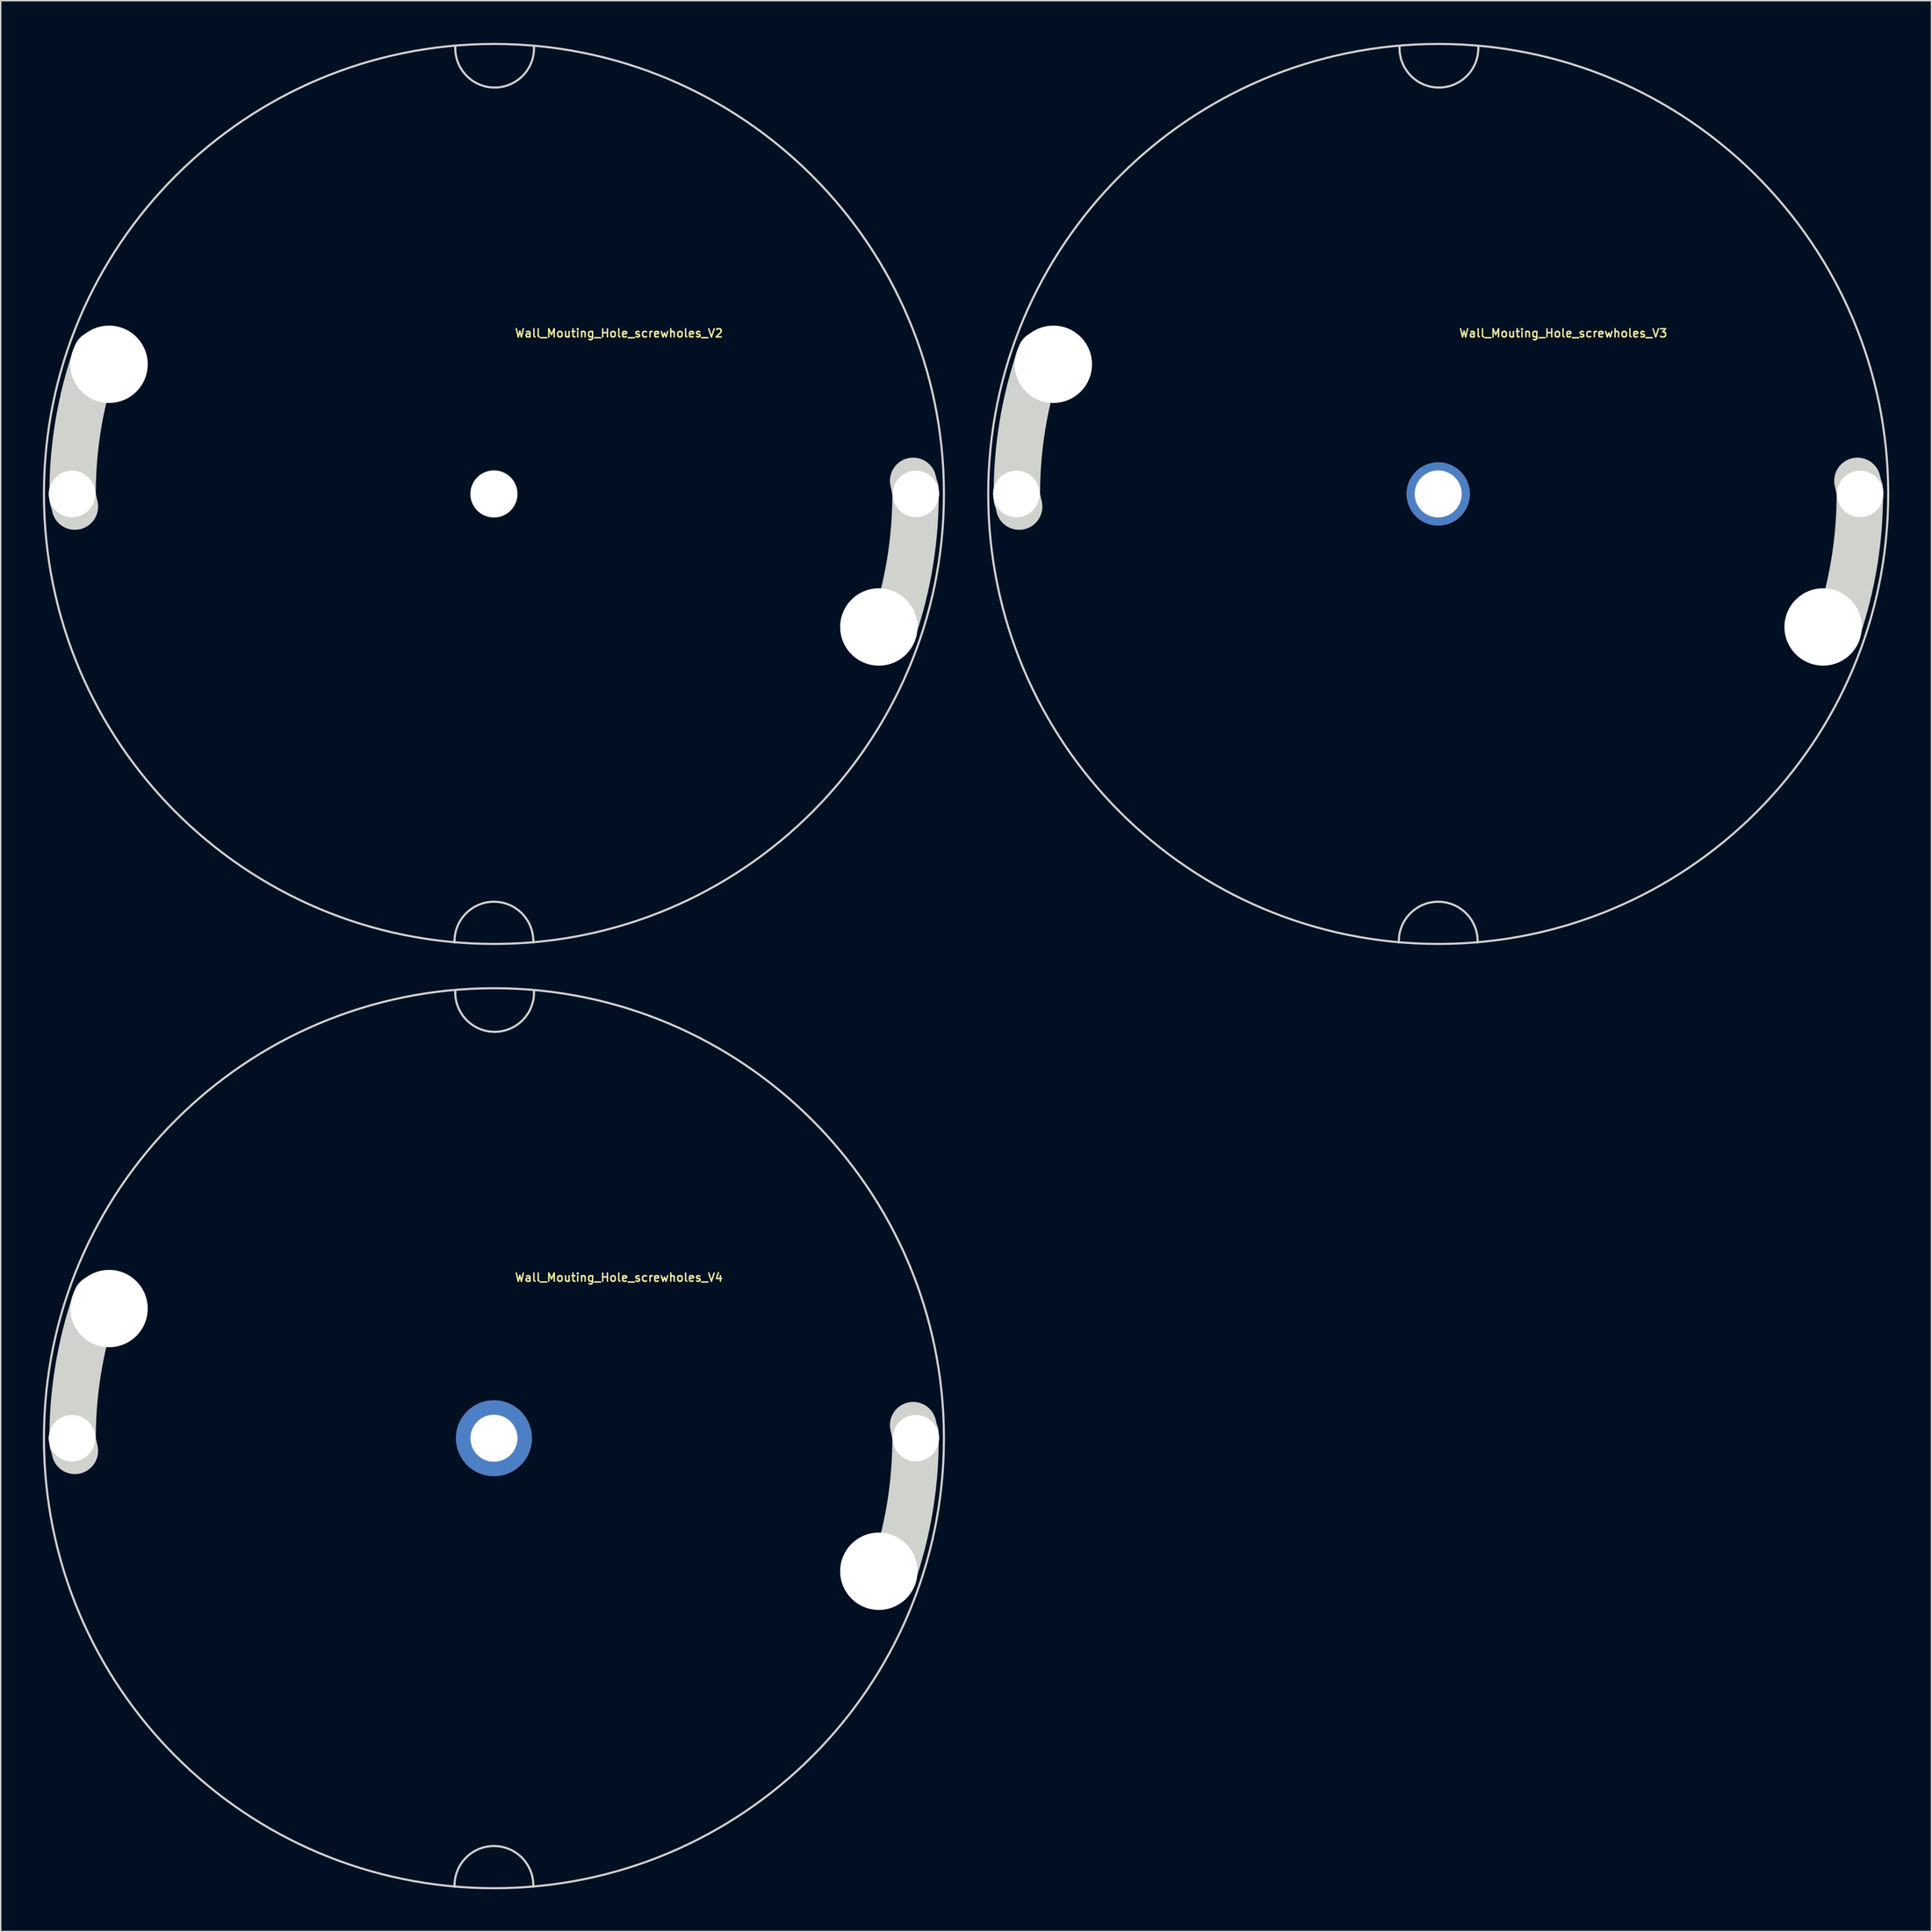
<source format=kicad_pcb>
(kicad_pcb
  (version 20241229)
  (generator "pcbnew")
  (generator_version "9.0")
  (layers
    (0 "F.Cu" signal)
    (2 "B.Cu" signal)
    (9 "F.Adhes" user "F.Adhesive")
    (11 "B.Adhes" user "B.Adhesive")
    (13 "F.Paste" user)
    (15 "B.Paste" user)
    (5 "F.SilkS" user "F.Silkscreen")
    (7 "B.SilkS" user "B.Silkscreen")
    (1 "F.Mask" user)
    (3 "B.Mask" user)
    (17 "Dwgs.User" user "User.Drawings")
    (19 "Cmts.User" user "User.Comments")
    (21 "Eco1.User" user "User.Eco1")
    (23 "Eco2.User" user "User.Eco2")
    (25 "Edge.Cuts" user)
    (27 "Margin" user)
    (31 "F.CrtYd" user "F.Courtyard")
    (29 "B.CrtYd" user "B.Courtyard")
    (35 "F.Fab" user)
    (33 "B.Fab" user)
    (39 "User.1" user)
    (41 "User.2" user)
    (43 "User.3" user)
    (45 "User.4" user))
  (footprint "Wall_Mouting_Hole_screwholes_V4"
    (layer "F.Cu")
    (at 32.075 99.225)
    (property "Reference" "Wall_Mouting_Hole_screwholes_V4" (at 8.89 -11.43 0) (layer "F.SilkS") (effects (font (size 0.584 0.584) (thickness 0.102))))
    (attr through_hole)
    (fp_line (start -1.557 -1.595) (end 1.6 1.458) (stroke (width 2) (type solid)) (layer "B.Mask"))
    (fp_line (start 1.976 1.935) (end -2.151 -2.169) (stroke (width 2) (type solid)) (layer "B.Mask"))
    (fp_line (start 1.976 1.935) (end -2.151 -2.169) (stroke (width 2) (type solid)) (layer "B.Paste"))
    (fp_line (start -30 0) (end -29.8 0.9) (stroke (width 3.3) (type solid)) (layer "Edge.Cuts"))
    (fp_line (start -2.8 31.8) (end -2.8 31.9) (stroke (width 0.15) (type solid)) (layer "Edge.Cuts"))
    (fp_line (start -2.75 -31.7) (end -2.75 -31.8) (stroke (width 0.15) (type solid)) (layer "Edge.Cuts"))
    (fp_line (start 2.8 31.9) (end 2.8 31.8) (stroke (width 0.15) (type solid)) (layer "Edge.Cuts"))
    (fp_line (start 2.85 -31.7) (end 2.85 -31.8) (stroke (width 0.15) (type solid)) (layer "Edge.Cuts"))
    (fp_line (start 30.01 -0.03) (end 29.81 -0.93) (stroke (width 3.3) (type solid)) (layer "Edge.Cuts"))
    (fp_arc (start -29.96 0.33) (mid -29.565161 -4.883026) (end -28.271089 -9.948292) (stroke (width 3.3) (type solid)) (layer "Edge.Cuts"))
    (fp_arc (start -2.8 31.8) (mid -1.979899 29.820101) (end 0 29) (stroke (width 0.15) (type solid)) (layer "Edge.Cuts"))
    (fp_arc (start 0 29) (mid 1.979899 29.820101) (end 2.8 31.8) (stroke (width 0.15) (type solid)) (layer "Edge.Cuts"))
    (fp_arc (start 0.05 -28.9) (mid -1.929899 -29.720101) (end -2.75 -31.7) (stroke (width 0.15) (type solid)) (layer "Edge.Cuts"))
    (fp_arc (start 2.85 -31.7) (mid 2.029899 -29.720101) (end 0.05 -28.9) (stroke (width 0.15) (type solid)) (layer "Edge.Cuts"))
    (fp_arc (start 29.98 -0.32) (mid 29.585161 4.893026) (end 28.291089 9.958292) (stroke (width 3.3) (type solid)) (layer "Edge.Cuts"))
    (fp_circle (center 0 0) (end 1.6 0.14) (stroke (width 0.15) (type solid)) (fill no) (layer "Edge.Cuts"))
    (fp_circle (center 0 0) (end 32 0) (stroke (width 0.15) (type solid)) (fill no) (layer "Edge.Cuts"))
    (pad "" np_thru_hole circle (at -30 0 180) (size 3.3 3.3) (drill 3.3) (layers "*.Cu" "*.Mask"))
    (pad "" np_thru_hole circle (at -30 0) (size 3.3 3.3) (drill 3.3) (layers "*.Cu" "*.Mask"))
    (pad "" np_thru_hole circle (at -27.37 -9.22 180) (size 5.5 5.5) (drill 5.5) (layers "*.Cu" "*.Mask"))
    (pad "" np_thru_hole circle (at 0 0) (size 5.4 5.4) (drill 3.3) (layers "*.Cu" "*.Mask"))
    (pad "" np_thru_hole circle (at 27.37 9.46) (size 5.5 5.5) (drill 5.5) (layers "*.Cu" "*.Mask"))
    (pad "" np_thru_hole circle (at 30 0 180) (size 3.3 3.3) (drill 3.3) (layers "*.Cu" "*.Mask")))
  (footprint "Wall_Mouting_Hole_screwholes_V2"
    (layer "F.Cu")
    (at 32.075 32.075)
    (property "Reference" "Wall_Mouting_Hole_screwholes_V2" (at 8.89 -11.43 0) (layer "F.SilkS") (effects (font (size 0.584 0.584) (thickness 0.102))))
    (attr through_hole)
    (fp_line (start -30 0) (end -29.8 0.9) (stroke (width 3.3) (type solid)) (layer "Edge.Cuts"))
    (fp_line (start -2.8 31.8) (end -2.8 31.9) (stroke (width 0.15) (type solid)) (layer "Edge.Cuts"))
    (fp_line (start -2.75 -31.7) (end -2.75 -31.8) (stroke (width 0.15) (type solid)) (layer "Edge.Cuts"))
    (fp_line (start 2.8 31.9) (end 2.8 31.8) (stroke (width 0.15) (type solid)) (layer "Edge.Cuts"))
    (fp_line (start 2.85 -31.7) (end 2.85 -31.8) (stroke (width 0.15) (type solid)) (layer "Edge.Cuts"))
    (fp_line (start 30.01 -0.03) (end 29.81 -0.93) (stroke (width 3.3) (type solid)) (layer "Edge.Cuts"))
    (fp_arc (start -29.96 0.33) (mid -29.565161 -4.883026) (end -28.271089 -9.948292) (stroke (width 3.3) (type solid)) (layer "Edge.Cuts"))
    (fp_arc (start -2.8 31.8) (mid -1.979899 29.820101) (end 0 29) (stroke (width 0.15) (type solid)) (layer "Edge.Cuts"))
    (fp_arc (start 0 29) (mid 1.979899 29.820101) (end 2.8 31.8) (stroke (width 0.15) (type solid)) (layer "Edge.Cuts"))
    (fp_arc (start 0.05 -28.9) (mid -1.929899 -29.720101) (end -2.75 -31.7) (stroke (width 0.15) (type solid)) (layer "Edge.Cuts"))
    (fp_arc (start 2.85 -31.7) (mid 2.029899 -29.720101) (end 0.05 -28.9) (stroke (width 0.15) (type solid)) (layer "Edge.Cuts"))
    (fp_arc (start 29.98 -0.32) (mid 29.585161 4.893026) (end 28.291089 9.958292) (stroke (width 3.3) (type solid)) (layer "Edge.Cuts"))
    (fp_circle (center 0 0) (end 1.6 0.14) (stroke (width 0.15) (type solid)) (fill no) (layer "Edge.Cuts"))
    (fp_circle (center 0 0) (end 32 0) (stroke (width 0.15) (type solid)) (fill no) (layer "Edge.Cuts"))
    (pad "" np_thru_hole circle (at -30 0 180) (size 3.3 3.3) (drill 3.3) (layers "*.Cu" "*.Mask"))
    (pad "" np_thru_hole circle (at -30 0) (size 3.3 3.3) (drill 3.3) (layers "*.Cu" "*.Mask"))
    (pad "" np_thru_hole circle (at -27.37 -9.22 180) (size 5.5 5.5) (drill 5.5) (layers "*.Cu" "*.Mask"))
    (pad "" np_thru_hole circle (at 0 0) (size 3.3 3.3) (drill 3.3) (layers "*.Cu" "*.Mask"))
    (pad "" np_thru_hole circle (at 27.37 9.46) (size 5.5 5.5) (drill 5.5) (layers "*.Cu" "*.Mask"))
    (pad "" np_thru_hole circle (at 30 0 180) (size 3.3 3.3) (drill 3.3) (layers "*.Cu" "*.Mask")))
  (footprint "Wall_Mouting_Hole_screwholes_V3"
    (layer "F.Cu")
    (at 99.225 32.075)
    (property "Reference" "Wall_Mouting_Hole_screwholes_V3" (at 8.89 -11.43 0) (layer "F.SilkS") (effects (font (size 0.584 0.584) (thickness 0.102))))
    (attr through_hole)
    (fp_line (start -1.557 -1.595) (end 1.6 1.458) (stroke (width 1.5) (type solid)) (layer "B.Paste"))
    (fp_line (start -30 0) (end -29.8 0.9) (stroke (width 3.3) (type solid)) (layer "Edge.Cuts"))
    (fp_line (start -2.8 31.8) (end -2.8 31.9) (stroke (width 0.15) (type solid)) (layer "Edge.Cuts"))
    (fp_line (start -2.75 -31.7) (end -2.75 -31.8) (stroke (width 0.15) (type solid)) (layer "Edge.Cuts"))
    (fp_line (start 2.8 31.9) (end 2.8 31.8) (stroke (width 0.15) (type solid)) (layer "Edge.Cuts"))
    (fp_line (start 2.85 -31.7) (end 2.85 -31.8) (stroke (width 0.15) (type solid)) (layer "Edge.Cuts"))
    (fp_line (start 30.01 -0.03) (end 29.81 -0.93) (stroke (width 3.3) (type solid)) (layer "Edge.Cuts"))
    (fp_arc (start -29.96 0.33) (mid -29.565161 -4.883026) (end -28.271089 -9.948292) (stroke (width 3.3) (type solid)) (layer "Edge.Cuts"))
    (fp_arc (start -2.8 31.8) (mid -1.979899 29.820101) (end 0 29) (stroke (width 0.15) (type solid)) (layer "Edge.Cuts"))
    (fp_arc (start 0 29) (mid 1.979899 29.820101) (end 2.8 31.8) (stroke (width 0.15) (type solid)) (layer "Edge.Cuts"))
    (fp_arc (start 0.05 -28.9) (mid -1.929899 -29.720101) (end -2.75 -31.7) (stroke (width 0.15) (type solid)) (layer "Edge.Cuts"))
    (fp_arc (start 2.85 -31.7) (mid 2.029899 -29.720101) (end 0.05 -28.9) (stroke (width 0.15) (type solid)) (layer "Edge.Cuts"))
    (fp_arc (start 29.98 -0.32) (mid 29.585161 4.893026) (end 28.291089 9.958292) (stroke (width 3.3) (type solid)) (layer "Edge.Cuts"))
    (fp_circle (center 0 0) (end 1.6 0.14) (stroke (width 0.15) (type solid)) (fill no) (layer "Edge.Cuts"))
    (fp_circle (center 0 0) (end 32 0) (stroke (width 0.15) (type solid)) (fill no) (layer "Edge.Cuts"))
    (pad "" np_thru_hole circle (at -30 0 180) (size 3.3 3.3) (drill 3.3) (layers "*.Cu" "*.Mask"))
    (pad "" np_thru_hole circle (at -30 0) (size 3.3 3.3) (drill 3.3) (layers "*.Cu" "*.Mask"))
    (pad "" np_thru_hole circle (at -27.37 -9.22 180) (size 5.5 5.5) (drill 5.5) (layers "*.Cu" "*.Mask"))
    (pad "" np_thru_hole circle (at 0 0) (size 4.5 4.5) (drill 3.3) (layers "*.Cu" "*.Mask" "B.Paste"))
    (pad "" np_thru_hole circle (at 27.37 9.46) (size 5.5 5.5) (drill 5.5) (layers "*.Cu" "*.Mask"))
    (pad "" np_thru_hole circle (at 30 0 180) (size 3.3 3.3) (drill 3.3) (layers "*.Cu" "*.Mask")))
  (gr_rect
    (start -3 -3)
    (end 134.3 134.3)
    (stroke (width 0.1) (type default))
    (fill no)
    (layer "Edge.Cuts")))
</source>
